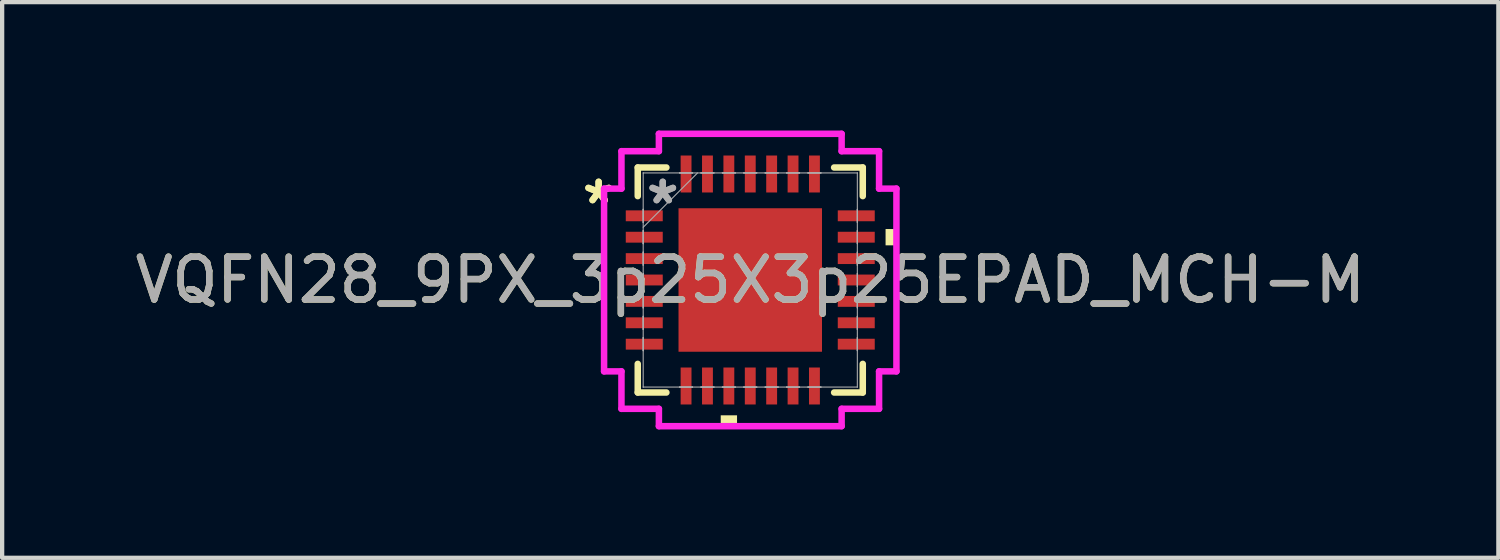
<source format=kicad_pcb>
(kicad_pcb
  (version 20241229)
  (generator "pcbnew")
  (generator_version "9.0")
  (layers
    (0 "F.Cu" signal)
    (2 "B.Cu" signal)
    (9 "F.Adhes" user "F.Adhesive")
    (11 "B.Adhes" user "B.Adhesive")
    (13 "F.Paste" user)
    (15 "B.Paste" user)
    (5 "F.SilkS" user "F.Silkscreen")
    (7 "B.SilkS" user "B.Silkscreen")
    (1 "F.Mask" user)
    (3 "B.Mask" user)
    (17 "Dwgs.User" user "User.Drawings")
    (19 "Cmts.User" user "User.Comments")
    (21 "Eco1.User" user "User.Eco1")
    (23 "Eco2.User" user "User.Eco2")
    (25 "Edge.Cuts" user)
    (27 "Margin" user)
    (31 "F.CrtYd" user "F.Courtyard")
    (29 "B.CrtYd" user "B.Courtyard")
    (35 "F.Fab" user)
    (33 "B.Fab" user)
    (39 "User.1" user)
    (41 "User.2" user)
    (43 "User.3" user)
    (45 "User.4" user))
  (footprint "VQFN28_9PX_3p25X3p25EPAD_MCH-M"
    (layer "F.Cu")
    (at 14.482 3.493)
    (property "Reference" "VQFN28_9PX_3p25X3p25EPAD_MCH-M" (at 0 0 0) (unlocked yes) (layer "F.SilkS") (effects (font (size 1 1) (thickness 0.15))))
    (attr smd)
    (fp_line (start -2.629 -2.629) (end -2.629 -1.96) (stroke (width 0.152) (type solid)) (layer "F.SilkS"))
    (fp_line (start -2.629 1.96) (end -2.629 2.629) (stroke (width 0.152) (type solid)) (layer "F.SilkS"))
    (fp_line (start -2.629 2.629) (end -1.96 2.629) (stroke (width 0.152) (type solid)) (layer "F.SilkS"))
    (fp_line (start -1.96 -2.629) (end -2.629 -2.629) (stroke (width 0.152) (type solid)) (layer "F.SilkS"))
    (fp_line (start 1.96 2.629) (end 2.629 2.629) (stroke (width 0.152) (type solid)) (layer "F.SilkS"))
    (fp_line (start 2.629 -2.629) (end 1.96 -2.629) (stroke (width 0.152) (type solid)) (layer "F.SilkS"))
    (fp_line (start 2.629 -1.96) (end 2.629 -2.629) (stroke (width 0.152) (type solid)) (layer "F.SilkS"))
    (fp_line (start 2.629 2.629) (end 2.629 1.96) (stroke (width 0.152) (type solid)) (layer "F.SilkS"))
    (fp_poly (pts (xy -0.69 3.162) (xy -0.69 3.416) (xy -0.309 3.416) (xy -0.309 3.162)) (stroke (width 0) (type solid)) (fill yes) (layer "F.SilkS"))
    (fp_poly (pts (xy 3.416 -1.191) (xy 3.416 -0.81) (xy 3.162 -0.81) (xy 3.162 -1.191)) (stroke (width 0) (type solid)) (fill yes) (layer "F.SilkS"))
    (fp_poly (pts (xy -1.576 -1.576) (xy -1.576 -0.1) (xy -0.1 -0.1) (xy -0.1 -1.576)) (stroke (width 0) (type solid)) (fill yes) (layer "F.Paste"))
    (fp_poly (pts (xy -1.576 0.1) (xy -1.576 1.576) (xy -0.1 1.576) (xy -0.1 0.1)) (stroke (width 0) (type solid)) (fill yes) (layer "F.Paste"))
    (fp_poly (pts (xy 0.1 -1.576) (xy 0.1 -0.1) (xy 1.576 -0.1) (xy 1.576 -1.576)) (stroke (width 0) (type solid)) (fill yes) (layer "F.Paste"))
    (fp_poly (pts (xy 0.1 0.1) (xy 0.1 1.576) (xy 1.576 1.576) (xy 1.576 0.1)) (stroke (width 0) (type solid)) (fill yes) (layer "F.Paste"))
    (fp_line (start -3.416 -2.135) (end -3.01 -2.135) (stroke (width 0.152) (type solid)) (layer "F.CrtYd"))
    (fp_line (start -3.416 2.135) (end -3.416 -2.135) (stroke (width 0.152) (type solid)) (layer "F.CrtYd"))
    (fp_line (start -3.01 -3.01) (end -2.135 -3.01) (stroke (width 0.152) (type solid)) (layer "F.CrtYd"))
    (fp_line (start -3.01 -2.135) (end -3.01 -3.01) (stroke (width 0.152) (type solid)) (layer "F.CrtYd"))
    (fp_line (start -3.01 2.135) (end -3.416 2.135) (stroke (width 0.152) (type solid)) (layer "F.CrtYd"))
    (fp_line (start -3.01 3.01) (end -3.01 2.135) (stroke (width 0.152) (type solid)) (layer "F.CrtYd"))
    (fp_line (start -2.135 -3.416) (end 2.135 -3.416) (stroke (width 0.152) (type solid)) (layer "F.CrtYd"))
    (fp_line (start -2.135 -3.01) (end -2.135 -3.416) (stroke (width 0.152) (type solid)) (layer "F.CrtYd"))
    (fp_line (start -2.135 3.01) (end -3.01 3.01) (stroke (width 0.152) (type solid)) (layer "F.CrtYd"))
    (fp_line (start -2.135 3.416) (end -2.135 3.01) (stroke (width 0.152) (type solid)) (layer "F.CrtYd"))
    (fp_line (start 2.135 -3.416) (end 2.135 -3.01) (stroke (width 0.152) (type solid)) (layer "F.CrtYd"))
    (fp_line (start 2.135 -3.01) (end 3.01 -3.01) (stroke (width 0.152) (type solid)) (layer "F.CrtYd"))
    (fp_line (start 2.135 3.01) (end 2.135 3.416) (stroke (width 0.152) (type solid)) (layer "F.CrtYd"))
    (fp_line (start 2.135 3.416) (end -2.135 3.416) (stroke (width 0.152) (type solid)) (layer "F.CrtYd"))
    (fp_line (start 3.01 -3.01) (end 3.01 -2.135) (stroke (width 0.152) (type solid)) (layer "F.CrtYd"))
    (fp_line (start 3.01 -2.135) (end 3.416 -2.135) (stroke (width 0.152) (type solid)) (layer "F.CrtYd"))
    (fp_line (start 3.01 2.135) (end 3.01 3.01) (stroke (width 0.152) (type solid)) (layer "F.CrtYd"))
    (fp_line (start 3.01 3.01) (end 2.135 3.01) (stroke (width 0.152) (type solid)) (layer "F.CrtYd"))
    (fp_line (start 3.416 -2.135) (end 3.416 2.135) (stroke (width 0.152) (type solid)) (layer "F.CrtYd"))
    (fp_line (start 3.416 2.135) (end 3.01 2.135) (stroke (width 0.152) (type solid)) (layer "F.CrtYd"))
    (fp_line (start -2.502 -2.502) (end -2.502 -2.502) (stroke (width 0.025) (type solid)) (layer "F.Fab"))
    (fp_line (start -2.502 -2.502) (end -2.502 2.502) (stroke (width 0.025) (type solid)) (layer "F.Fab"))
    (fp_line (start -2.502 -1.652) (end -2.502 -1.652) (stroke (width 0.025) (type solid)) (layer "F.Fab"))
    (fp_line (start -2.502 -1.652) (end -2.502 -1.348) (stroke (width 0.025) (type solid)) (layer "F.Fab"))
    (fp_line (start -2.502 -1.348) (end -2.502 -1.652) (stroke (width 0.025) (type solid)) (layer "F.Fab"))
    (fp_line (start -2.502 -1.348) (end -2.502 -1.348) (stroke (width 0.025) (type solid)) (layer "F.Fab"))
    (fp_line (start -2.502 -1.232) (end -1.232 -2.502) (stroke (width 0.025) (type solid)) (layer "F.Fab"))
    (fp_line (start -2.502 -1.152) (end -2.502 -1.152) (stroke (width 0.025) (type solid)) (layer "F.Fab"))
    (fp_line (start -2.502 -1.152) (end -2.502 -0.848) (stroke (width 0.025) (type solid)) (layer "F.Fab"))
    (fp_line (start -2.502 -0.848) (end -2.502 -1.152) (stroke (width 0.025) (type solid)) (layer "F.Fab"))
    (fp_line (start -2.502 -0.848) (end -2.502 -0.848) (stroke (width 0.025) (type solid)) (layer "F.Fab"))
    (fp_line (start -2.502 -0.652) (end -2.502 -0.652) (stroke (width 0.025) (type solid)) (layer "F.Fab"))
    (fp_line (start -2.502 -0.652) (end -2.502 -0.348) (stroke (width 0.025) (type solid)) (layer "F.Fab"))
    (fp_line (start -2.502 -0.348) (end -2.502 -0.652) (stroke (width 0.025) (type solid)) (layer "F.Fab"))
    (fp_line (start -2.502 -0.348) (end -2.502 -0.348) (stroke (width 0.025) (type solid)) (layer "F.Fab"))
    (fp_line (start -2.502 -0.152) (end -2.502 -0.152) (stroke (width 0.025) (type solid)) (layer "F.Fab"))
    (fp_line (start -2.502 -0.152) (end -2.502 0.152) (stroke (width 0.025) (type solid)) (layer "F.Fab"))
    (fp_line (start -2.502 0.152) (end -2.502 -0.152) (stroke (width 0.025) (type solid)) (layer "F.Fab"))
    (fp_line (start -2.502 0.152) (end -2.502 0.152) (stroke (width 0.025) (type solid)) (layer "F.Fab"))
    (fp_line (start -2.502 0.348) (end -2.502 0.348) (stroke (width 0.025) (type solid)) (layer "F.Fab"))
    (fp_line (start -2.502 0.348) (end -2.502 0.652) (stroke (width 0.025) (type solid)) (layer "F.Fab"))
    (fp_line (start -2.502 0.652) (end -2.502 0.348) (stroke (width 0.025) (type solid)) (layer "F.Fab"))
    (fp_line (start -2.502 0.652) (end -2.502 0.652) (stroke (width 0.025) (type solid)) (layer "F.Fab"))
    (fp_line (start -2.502 0.848) (end -2.502 0.848) (stroke (width 0.025) (type solid)) (layer "F.Fab"))
    (fp_line (start -2.502 0.848) (end -2.502 1.152) (stroke (width 0.025) (type solid)) (layer "F.Fab"))
    (fp_line (start -2.502 1.152) (end -2.502 0.848) (stroke (width 0.025) (type solid)) (layer "F.Fab"))
    (fp_line (start -2.502 1.152) (end -2.502 1.152) (stroke (width 0.025) (type solid)) (layer "F.Fab"))
    (fp_line (start -2.502 1.348) (end -2.502 1.348) (stroke (width 0.025) (type solid)) (layer "F.Fab"))
    (fp_line (start -2.502 1.348) (end -2.502 1.652) (stroke (width 0.025) (type solid)) (layer "F.Fab"))
    (fp_line (start -2.502 1.652) (end -2.502 1.348) (stroke (width 0.025) (type solid)) (layer "F.Fab"))
    (fp_line (start -2.502 1.652) (end -2.502 1.652) (stroke (width 0.025) (type solid)) (layer "F.Fab"))
    (fp_line (start -2.502 2.502) (end -2.502 2.502) (stroke (width 0.025) (type solid)) (layer "F.Fab"))
    (fp_line (start -2.502 2.502) (end 2.502 2.502) (stroke (width 0.025) (type solid)) (layer "F.Fab"))
    (fp_line (start -1.652 -2.502) (end -1.652 -2.502) (stroke (width 0.025) (type solid)) (layer "F.Fab"))
    (fp_line (start -1.652 -2.502) (end -1.348 -2.502) (stroke (width 0.025) (type solid)) (layer "F.Fab"))
    (fp_line (start -1.652 2.502) (end -1.652 2.502) (stroke (width 0.025) (type solid)) (layer "F.Fab"))
    (fp_line (start -1.652 2.502) (end -1.348 2.502) (stroke (width 0.025) (type solid)) (layer "F.Fab"))
    (fp_line (start -1.348 -2.502) (end -1.652 -2.502) (stroke (width 0.025) (type solid)) (layer "F.Fab"))
    (fp_line (start -1.348 -2.502) (end -1.348 -2.502) (stroke (width 0.025) (type solid)) (layer "F.Fab"))
    (fp_line (start -1.348 2.502) (end -1.652 2.502) (stroke (width 0.025) (type solid)) (layer "F.Fab"))
    (fp_line (start -1.348 2.502) (end -1.348 2.502) (stroke (width 0.025) (type solid)) (layer "F.Fab"))
    (fp_line (start -1.152 -2.502) (end -1.152 -2.502) (stroke (width 0.025) (type solid)) (layer "F.Fab"))
    (fp_line (start -1.152 -2.502) (end -0.848 -2.502) (stroke (width 0.025) (type solid)) (layer "F.Fab"))
    (fp_line (start -1.152 2.502) (end -1.152 2.502) (stroke (width 0.025) (type solid)) (layer "F.Fab"))
    (fp_line (start -1.152 2.502) (end -0.848 2.502) (stroke (width 0.025) (type solid)) (layer "F.Fab"))
    (fp_line (start -0.848 -2.502) (end -1.152 -2.502) (stroke (width 0.025) (type solid)) (layer "F.Fab"))
    (fp_line (start -0.848 -2.502) (end -0.848 -2.502) (stroke (width 0.025) (type solid)) (layer "F.Fab"))
    (fp_line (start -0.848 2.502) (end -1.152 2.502) (stroke (width 0.025) (type solid)) (layer "F.Fab"))
    (fp_line (start -0.848 2.502) (end -0.848 2.502) (stroke (width 0.025) (type solid)) (layer "F.Fab"))
    (fp_line (start -0.652 -2.502) (end -0.652 -2.502) (stroke (width 0.025) (type solid)) (layer "F.Fab"))
    (fp_line (start -0.652 -2.502) (end -0.348 -2.502) (stroke (width 0.025) (type solid)) (layer "F.Fab"))
    (fp_line (start -0.652 2.502) (end -0.652 2.502) (stroke (width 0.025) (type solid)) (layer "F.Fab"))
    (fp_line (start -0.652 2.502) (end -0.348 2.502) (stroke (width 0.025) (type solid)) (layer "F.Fab"))
    (fp_line (start -0.348 -2.502) (end -0.652 -2.502) (stroke (width 0.025) (type solid)) (layer "F.Fab"))
    (fp_line (start -0.348 -2.502) (end -0.348 -2.502) (stroke (width 0.025) (type solid)) (layer "F.Fab"))
    (fp_line (start -0.348 2.502) (end -0.652 2.502) (stroke (width 0.025) (type solid)) (layer "F.Fab"))
    (fp_line (start -0.348 2.502) (end -0.348 2.502) (stroke (width 0.025) (type solid)) (layer "F.Fab"))
    (fp_line (start -0.152 -2.502) (end -0.152 -2.502) (stroke (width 0.025) (type solid)) (layer "F.Fab"))
    (fp_line (start -0.152 -2.502) (end 0.152 -2.502) (stroke (width 0.025) (type solid)) (layer "F.Fab"))
    (fp_line (start -0.152 2.502) (end -0.152 2.502) (stroke (width 0.025) (type solid)) (layer "F.Fab"))
    (fp_line (start -0.152 2.502) (end 0.152 2.502) (stroke (width 0.025) (type solid)) (layer "F.Fab"))
    (fp_line (start 0.152 -2.502) (end -0.152 -2.502) (stroke (width 0.025) (type solid)) (layer "F.Fab"))
    (fp_line (start 0.152 -2.502) (end 0.152 -2.502) (stroke (width 0.025) (type solid)) (layer "F.Fab"))
    (fp_line (start 0.152 2.502) (end -0.152 2.502) (stroke (width 0.025) (type solid)) (layer "F.Fab"))
    (fp_line (start 0.152 2.502) (end 0.152 2.502) (stroke (width 0.025) (type solid)) (layer "F.Fab"))
    (fp_line (start 0.348 -2.502) (end 0.348 -2.502) (stroke (width 0.025) (type solid)) (layer "F.Fab"))
    (fp_line (start 0.348 -2.502) (end 0.652 -2.502) (stroke (width 0.025) (type solid)) (layer "F.Fab"))
    (fp_line (start 0.348 2.502) (end 0.348 2.502) (stroke (width 0.025) (type solid)) (layer "F.Fab"))
    (fp_line (start 0.348 2.502) (end 0.652 2.502) (stroke (width 0.025) (type solid)) (layer "F.Fab"))
    (fp_line (start 0.652 -2.502) (end 0.348 -2.502) (stroke (width 0.025) (type solid)) (layer "F.Fab"))
    (fp_line (start 0.652 -2.502) (end 0.652 -2.502) (stroke (width 0.025) (type solid)) (layer "F.Fab"))
    (fp_line (start 0.652 2.502) (end 0.348 2.502) (stroke (width 0.025) (type solid)) (layer "F.Fab"))
    (fp_line (start 0.652 2.502) (end 0.652 2.502) (stroke (width 0.025) (type solid)) (layer "F.Fab"))
    (fp_line (start 0.848 -2.502) (end 0.848 -2.502) (stroke (width 0.025) (type solid)) (layer "F.Fab"))
    (fp_line (start 0.848 -2.502) (end 1.152 -2.502) (stroke (width 0.025) (type solid)) (layer "F.Fab"))
    (fp_line (start 0.848 2.502) (end 0.848 2.502) (stroke (width 0.025) (type solid)) (layer "F.Fab"))
    (fp_line (start 0.848 2.502) (end 1.152 2.502) (stroke (width 0.025) (type solid)) (layer "F.Fab"))
    (fp_line (start 1.152 -2.502) (end 0.848 -2.502) (stroke (width 0.025) (type solid)) (layer "F.Fab"))
    (fp_line (start 1.152 -2.502) (end 1.152 -2.502) (stroke (width 0.025) (type solid)) (layer "F.Fab"))
    (fp_line (start 1.152 2.502) (end 0.848 2.502) (stroke (width 0.025) (type solid)) (layer "F.Fab"))
    (fp_line (start 1.152 2.502) (end 1.152 2.502) (stroke (width 0.025) (type solid)) (layer "F.Fab"))
    (fp_line (start 1.348 -2.502) (end 1.348 -2.502) (stroke (width 0.025) (type solid)) (layer "F.Fab"))
    (fp_line (start 1.348 -2.502) (end 1.652 -2.502) (stroke (width 0.025) (type solid)) (layer "F.Fab"))
    (fp_line (start 1.348 2.502) (end 1.348 2.502) (stroke (width 0.025) (type solid)) (layer "F.Fab"))
    (fp_line (start 1.348 2.502) (end 1.652 2.502) (stroke (width 0.025) (type solid)) (layer "F.Fab"))
    (fp_line (start 1.652 -2.502) (end 1.348 -2.502) (stroke (width 0.025) (type solid)) (layer "F.Fab"))
    (fp_line (start 1.652 -2.502) (end 1.652 -2.502) (stroke (width 0.025) (type solid)) (layer "F.Fab"))
    (fp_line (start 1.652 2.502) (end 1.348 2.502) (stroke (width 0.025) (type solid)) (layer "F.Fab"))
    (fp_line (start 1.652 2.502) (end 1.652 2.502) (stroke (width 0.025) (type solid)) (layer "F.Fab"))
    (fp_line (start 2.502 -2.502) (end -2.502 -2.502) (stroke (width 0.025) (type solid)) (layer "F.Fab"))
    (fp_line (start 2.502 -2.502) (end 2.502 -2.502) (stroke (width 0.025) (type solid)) (layer "F.Fab"))
    (fp_line (start 2.502 -1.652) (end 2.502 -1.652) (stroke (width 0.025) (type solid)) (layer "F.Fab"))
    (fp_line (start 2.502 -1.652) (end 2.502 -1.348) (stroke (width 0.025) (type solid)) (layer "F.Fab"))
    (fp_line (start 2.502 -1.348) (end 2.502 -1.652) (stroke (width 0.025) (type solid)) (layer "F.Fab"))
    (fp_line (start 2.502 -1.348) (end 2.502 -1.348) (stroke (width 0.025) (type solid)) (layer "F.Fab"))
    (fp_line (start 2.502 -1.152) (end 2.502 -1.152) (stroke (width 0.025) (type solid)) (layer "F.Fab"))
    (fp_line (start 2.502 -1.152) (end 2.502 -0.848) (stroke (width 0.025) (type solid)) (layer "F.Fab"))
    (fp_line (start 2.502 -0.848) (end 2.502 -1.152) (stroke (width 0.025) (type solid)) (layer "F.Fab"))
    (fp_line (start 2.502 -0.848) (end 2.502 -0.848) (stroke (width 0.025) (type solid)) (layer "F.Fab"))
    (fp_line (start 2.502 -0.652) (end 2.502 -0.652) (stroke (width 0.025) (type solid)) (layer "F.Fab"))
    (fp_line (start 2.502 -0.652) (end 2.502 -0.348) (stroke (width 0.025) (type solid)) (layer "F.Fab"))
    (fp_line (start 2.502 -0.348) (end 2.502 -0.652) (stroke (width 0.025) (type solid)) (layer "F.Fab"))
    (fp_line (start 2.502 -0.348) (end 2.502 -0.348) (stroke (width 0.025) (type solid)) (layer "F.Fab"))
    (fp_line (start 2.502 -0.152) (end 2.502 -0.152) (stroke (width 0.025) (type solid)) (layer "F.Fab"))
    (fp_line (start 2.502 -0.152) (end 2.502 0.152) (stroke (width 0.025) (type solid)) (layer "F.Fab"))
    (fp_line (start 2.502 0.152) (end 2.502 -0.152) (stroke (width 0.025) (type solid)) (layer "F.Fab"))
    (fp_line (start 2.502 0.152) (end 2.502 0.152) (stroke (width 0.025) (type solid)) (layer "F.Fab"))
    (fp_line (start 2.502 0.348) (end 2.502 0.348) (stroke (width 0.025) (type solid)) (layer "F.Fab"))
    (fp_line (start 2.502 0.348) (end 2.502 0.652) (stroke (width 0.025) (type solid)) (layer "F.Fab"))
    (fp_line (start 2.502 0.652) (end 2.502 0.348) (stroke (width 0.025) (type solid)) (layer "F.Fab"))
    (fp_line (start 2.502 0.652) (end 2.502 0.652) (stroke (width 0.025) (type solid)) (layer "F.Fab"))
    (fp_line (start 2.502 0.848) (end 2.502 0.848) (stroke (width 0.025) (type solid)) (layer "F.Fab"))
    (fp_line (start 2.502 0.848) (end 2.502 1.152) (stroke (width 0.025) (type solid)) (layer "F.Fab"))
    (fp_line (start 2.502 1.152) (end 2.502 0.848) (stroke (width 0.025) (type solid)) (layer "F.Fab"))
    (fp_line (start 2.502 1.152) (end 2.502 1.152) (stroke (width 0.025) (type solid)) (layer "F.Fab"))
    (fp_line (start 2.502 1.348) (end 2.502 1.348) (stroke (width 0.025) (type solid)) (layer "F.Fab"))
    (fp_line (start 2.502 1.348) (end 2.502 1.652) (stroke (width 0.025) (type solid)) (layer "F.Fab"))
    (fp_line (start 2.502 1.652) (end 2.502 1.348) (stroke (width 0.025) (type solid)) (layer "F.Fab"))
    (fp_line (start 2.502 1.652) (end 2.502 1.652) (stroke (width 0.025) (type solid)) (layer "F.Fab"))
    (fp_line (start 2.502 2.502) (end 2.502 -2.502) (stroke (width 0.025) (type solid)) (layer "F.Fab"))
    (fp_line (start 2.502 2.502) (end 2.502 2.502) (stroke (width 0.025) (type solid)) (layer "F.Fab"))
    (fp_text user "*" (at -3.543 -1.75 0) (unlocked yes) (layer "F.SilkS") (effects (font (size 1 1) (thickness 0.15))))
    (fp_text user "*" (at -3.543 -1.75 0) (layer "F.SilkS") (effects (font (size 1 1) (thickness 0.15))))
    (fp_text user "${REFERENCE}" (at 0 0 0) (unlocked yes) (layer "F.Fab") (effects (font (size 1 1) (thickness 0.15))))
    (fp_text user "*" (at -2.045 -1.75 0) (unlocked yes) (layer "F.Fab") (effects (font (size 1 1) (thickness 0.15))))
    (fp_text user "*" (at -2.045 -1.75 0) (layer "F.Fab") (effects (font (size 1 1) (thickness 0.15))))
    (pad "1" smd rect (at -2.477 -1.5 90) (size 0.254 0.864) (layers "F.Cu" "F.Mask" "F.Paste"))
    (pad "2" smd rect (at -2.477 -1 90) (size 0.254 0.864) (layers "F.Cu" "F.Mask" "F.Paste"))
    (pad "3" smd rect (at -2.477 -0.5 90) (size 0.254 0.864) (layers "F.Cu" "F.Mask" "F.Paste"))
    (pad "4" smd rect (at -2.477 0 90) (size 0.254 0.864) (layers "F.Cu" "F.Mask" "F.Paste"))
    (pad "5" smd rect (at -2.477 0.5 90) (size 0.254 0.864) (layers "F.Cu" "F.Mask" "F.Paste"))
    (pad "6" smd rect (at -2.477 1 90) (size 0.254 0.864) (layers "F.Cu" "F.Mask" "F.Paste"))
    (pad "7" smd rect (at -2.477 1.5 90) (size 0.254 0.864) (layers "F.Cu" "F.Mask" "F.Paste"))
    (pad "8" smd rect (at -1.5 2.477) (size 0.254 0.864) (layers "F.Cu" "F.Mask" "F.Paste"))
    (pad "9" smd rect (at -1 2.477) (size 0.254 0.864) (layers "F.Cu" "F.Mask" "F.Paste"))
    (pad "10" smd rect (at -0.5 2.477) (size 0.254 0.864) (layers "F.Cu" "F.Mask" "F.Paste"))
    (pad "11" smd rect (at 0 2.477) (size 0.254 0.864) (layers "F.Cu" "F.Mask" "F.Paste"))
    (pad "12" smd rect (at 0.5 2.477) (size 0.254 0.864) (layers "F.Cu" "F.Mask" "F.Paste"))
    (pad "13" smd rect (at 1 2.477) (size 0.254 0.864) (layers "F.Cu" "F.Mask" "F.Paste"))
    (pad "14" smd rect (at 1.5 2.477) (size 0.254 0.864) (layers "F.Cu" "F.Mask" "F.Paste"))
    (pad "15" smd rect (at 2.477 1.5 90) (size 0.254 0.864) (layers "F.Cu" "F.Mask" "F.Paste"))
    (pad "16" smd rect (at 2.477 1 90) (size 0.254 0.864) (layers "F.Cu" "F.Mask" "F.Paste"))
    (pad "17" smd rect (at 2.477 0.5 90) (size 0.254 0.864) (layers "F.Cu" "F.Mask" "F.Paste"))
    (pad "18" smd rect (at 2.477 0 90) (size 0.254 0.864) (layers "F.Cu" "F.Mask" "F.Paste"))
    (pad "19" smd rect (at 2.477 -0.5 90) (size 0.254 0.864) (layers "F.Cu" "F.Mask" "F.Paste"))
    (pad "20" smd rect (at 2.477 -1 90) (size 0.254 0.864) (layers "F.Cu" "F.Mask" "F.Paste"))
    (pad "21" smd rect (at 2.477 -1.5 90) (size 0.254 0.864) (layers "F.Cu" "F.Mask" "F.Paste"))
    (pad "22" smd rect (at 1.5 -2.477) (size 0.254 0.864) (layers "F.Cu" "F.Mask" "F.Paste"))
    (pad "23" smd rect (at 1 -2.477) (size 0.254 0.864) (layers "F.Cu" "F.Mask" "F.Paste"))
    (pad "24" smd rect (at 0.5 -2.477) (size 0.254 0.864) (layers "F.Cu" "F.Mask" "F.Paste"))
    (pad "25" smd rect (at 0 -2.477) (size 0.254 0.864) (layers "F.Cu" "F.Mask" "F.Paste"))
    (pad "26" smd rect (at -0.5 -2.477) (size 0.254 0.864) (layers "F.Cu" "F.Mask" "F.Paste"))
    (pad "27" smd rect (at -1 -2.477) (size 0.254 0.864) (layers "F.Cu" "F.Mask" "F.Paste"))
    (pad "28" smd rect (at -1.5 -2.477) (size 0.254 0.864) (layers "F.Cu" "F.Mask" "F.Paste"))
    (pad "29" smd rect (at 0 0) (size 3.353 3.353) (layers "F.Cu" "F.Mask" "F.Paste")))
  (gr_rect
    (start -3 -3)
    (end 31.964 9.985)
    (stroke (width 0.1) (type default))
    (fill no)
    (layer "Edge.Cuts")))
</source>
